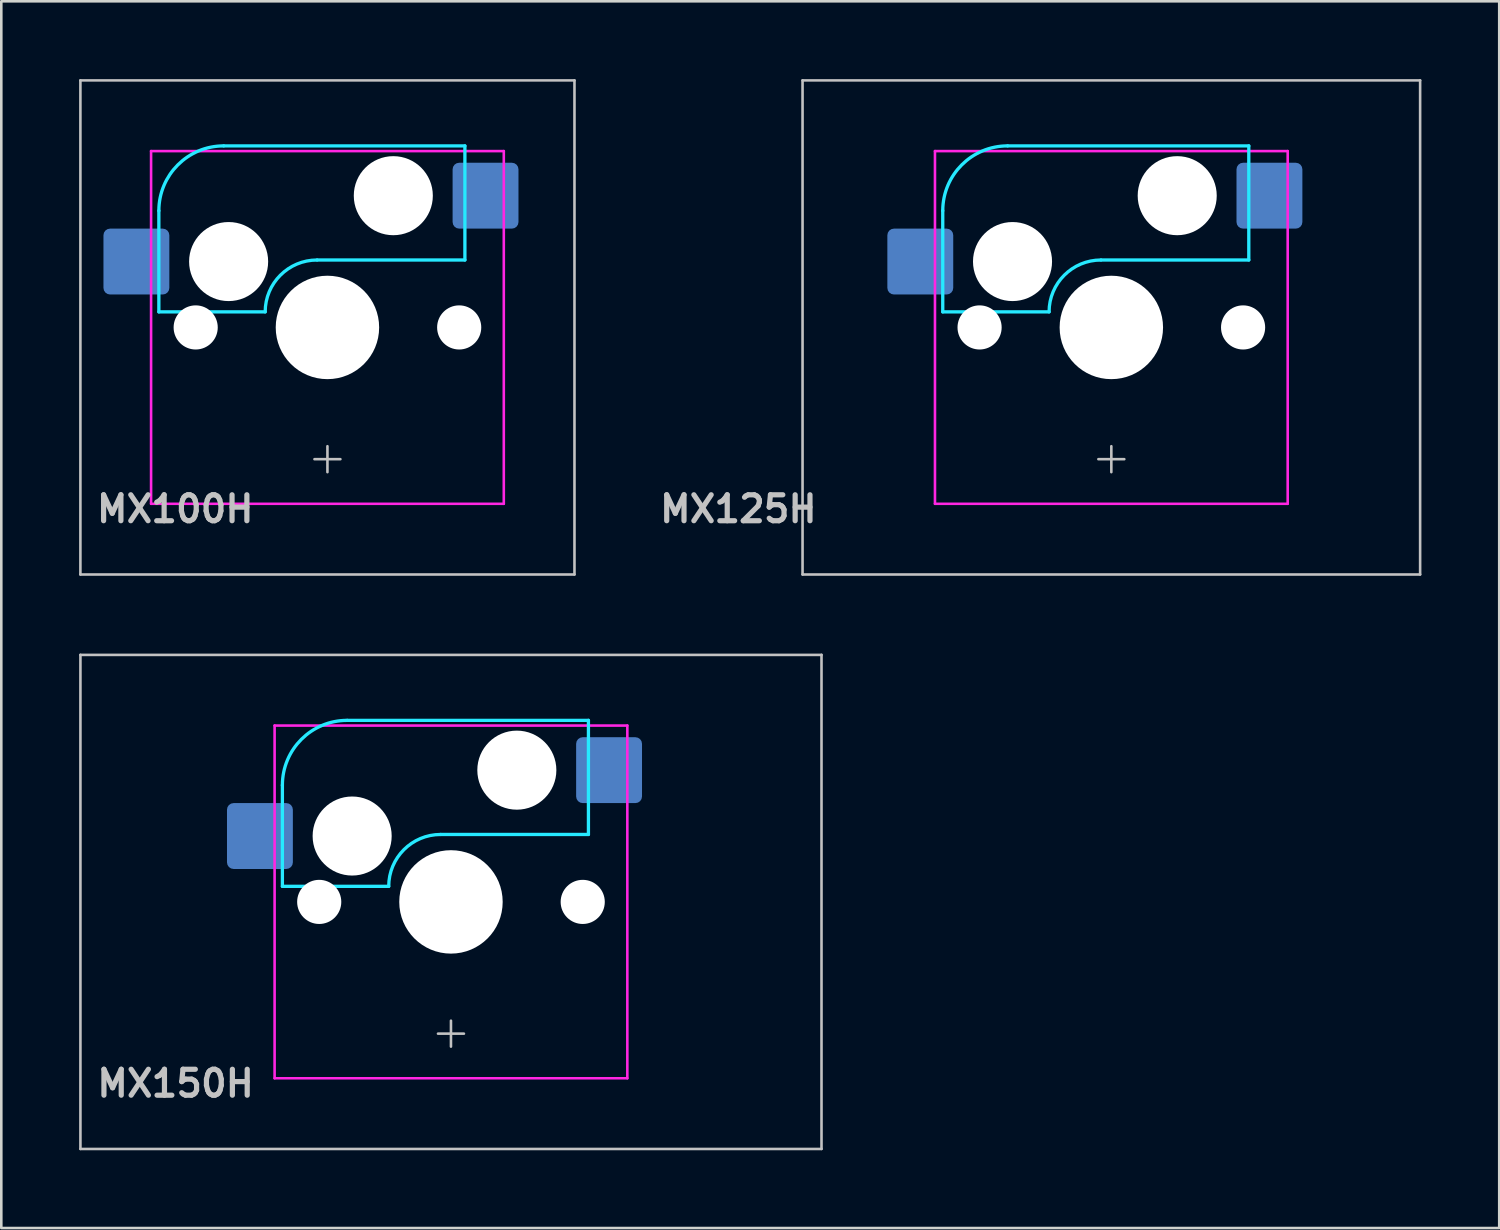
<source format=kicad_pcb>
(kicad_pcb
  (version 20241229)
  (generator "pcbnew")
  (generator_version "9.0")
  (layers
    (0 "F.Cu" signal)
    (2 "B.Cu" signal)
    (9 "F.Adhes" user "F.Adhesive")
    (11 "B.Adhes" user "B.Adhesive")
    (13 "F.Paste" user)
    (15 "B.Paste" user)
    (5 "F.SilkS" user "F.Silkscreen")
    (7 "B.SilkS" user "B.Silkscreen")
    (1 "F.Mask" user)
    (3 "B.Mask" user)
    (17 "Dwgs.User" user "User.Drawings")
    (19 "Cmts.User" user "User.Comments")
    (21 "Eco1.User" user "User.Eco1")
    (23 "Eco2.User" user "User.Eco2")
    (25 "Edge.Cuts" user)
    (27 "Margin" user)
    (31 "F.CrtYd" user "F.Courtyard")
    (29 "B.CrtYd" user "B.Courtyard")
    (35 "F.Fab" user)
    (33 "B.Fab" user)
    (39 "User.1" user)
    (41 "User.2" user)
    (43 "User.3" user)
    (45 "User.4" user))
  (footprint "MX125H"
    (layer "F.Cu")
    (at 39.8 9.575)
    (property "Reference" "MX125H" (at -11.25 7 180) (layer "Dwgs.User") (effects (font (size 1 1) (thickness 0.2)) (justify right)))
    (attr smd)
    (fp_line (start -11.906 9.525) (end -11.906 -9.525) (stroke (width 0.1) (type solid)) (layer "Dwgs.User"))
    (fp_line (start 0 4.58) (end 0 5.58) (stroke (width 0.1) (type solid)) (layer "Dwgs.User"))
    (fp_line (start 0.5 5.08) (end -0.5 5.08) (stroke (width 0.1) (type solid)) (layer "Dwgs.User"))
    (fp_line (start 11.906 -9.525) (end -11.906 -9.525) (stroke (width 0.1) (type solid)) (layer "Dwgs.User"))
    (fp_line (start 11.906 -9.525) (end 11.906 9.525) (stroke (width 0.1) (type solid)) (layer "Dwgs.User"))
    (fp_line (start 11.906 9.525) (end -11.906 9.525) (stroke (width 0.1) (type solid)) (layer "Dwgs.User"))
    (fp_line (start -7 6.5) (end -7 -6.5) (stroke (width 0.1) (type solid)) (layer "Eco1.User"))
    (fp_line (start -6.5 -7) (end 6.5 -7) (stroke (width 0.1) (type solid)) (layer "Eco1.User"))
    (fp_line (start 6.5 7) (end -6.5 7) (stroke (width 0.1) (type solid)) (layer "Eco1.User"))
    (fp_line (start 7 -6.5) (end 7 6.5) (stroke (width 0.1) (type solid)) (layer "Eco1.User"))
    (fp_arc (start -7 -6.5) (mid -6.853553 -6.853553) (end -6.5 -7) (stroke (width 0.1) (type solid)) (layer "Eco1.User"))
    (fp_arc (start -6.5 7) (mid -6.853553 6.853553) (end -7 6.5) (stroke (width 0.1) (type solid)) (layer "Eco1.User"))
    (fp_arc (start 6.5 -7) (mid 6.853553 -6.853553) (end 7 -6.5) (stroke (width 0.1) (type solid)) (layer "Eco1.User"))
    (fp_arc (start 7 6.5) (mid 6.853553 6.853553) (end 6.5 7) (stroke (width 0.1) (type solid)) (layer "Eco1.User"))
    (fp_line (start -6.5 -4.5) (end -6.5 -0.6) (stroke (width 0.127) (type solid)) (layer "B.CrtYd"))
    (fp_line (start -6.5 -0.6) (end -2.4 -0.6) (stroke (width 0.127) (type solid)) (layer "B.CrtYd"))
    (fp_line (start -0.4 -2.6) (end 5.3 -2.6) (stroke (width 0.127) (type solid)) (layer "B.CrtYd"))
    (fp_line (start 5.3 -7) (end -4 -7) (stroke (width 0.127) (type solid)) (layer "B.CrtYd"))
    (fp_line (start 5.3 -7) (end 5.3 -2.6) (stroke (width 0.127) (type solid)) (layer "B.CrtYd"))
    (fp_arc (start -6.5 -4.5) (mid -5.767767 -6.267767) (end -4 -7) (stroke (width 0.127) (type solid)) (layer "B.CrtYd"))
    (fp_arc (start -2.4 -0.6) (mid -1.814214 -2.014214) (end -0.4 -2.6) (stroke (width 0.127) (type solid)) (layer "B.CrtYd"))
    (fp_line (start -6.8 -6.8) (end -6.8 6.8) (stroke (width 0.1) (type solid)) (layer "F.CrtYd"))
    (fp_line (start 6.8 -6.8) (end -6.8 -6.8) (stroke (width 0.1) (type solid)) (layer "F.CrtYd"))
    (fp_line (start 6.8 -6.8) (end 6.8 6.8) (stroke (width 0.1) (type solid)) (layer "F.CrtYd"))
    (fp_line (start 6.8 6.8) (end -6.8 6.8) (stroke (width 0.1) (type solid)) (layer "F.CrtYd"))
    (pad "" np_thru_hole circle (at -5.08 0) (size 1.702 1.702) (drill 1.702) (layers "*.Cu" "*.Mask"))
    (pad "" np_thru_hole circle (at -3.81 -2.54 270) (size 3.048 3.048) (drill 3.048) (layers "*.Cu" "*.Mask"))
    (pad "" np_thru_hole circle (at 0 0) (size 3.988 3.988) (drill 3.988) (layers "*.Cu" "*.Mask"))
    (pad "" np_thru_hole circle (at 2.54 -5.08) (size 3.048 3.048) (drill 3.048) (layers "*.Cu" "*.Mask"))
    (pad "" np_thru_hole circle (at 5.08 0) (size 1.702 1.702) (drill 1.702) (layers "*.Cu" "*.Mask"))
    (pad "1" smd roundrect (at 6.096 -5.08) (size 2.54 2.54) (layers "B.Cu" "B.Mask") (roundrect_rratio 0.1))
    (pad "2" smd roundrect (at -7.366 -2.54) (size 2.54 2.54) (layers "B.Cu" "B.Mask") (roundrect_rratio 0.1)))
  (footprint "MX100H"
    (layer "F.Cu")
    (at 9.575 9.575)
    (property "Reference" "MX100H" (at -9 7 180) (layer "Dwgs.User") (effects (font (size 1 1) (thickness 0.2)) (justify left)))
    (attr smd)
    (fp_line (start -9.525 -9.525) (end -9.525 9.525) (stroke (width 0.1) (type solid)) (layer "Dwgs.User"))
    (fp_line (start -9.525 9.525) (end 9.525 9.525) (stroke (width 0.1) (type solid)) (layer "Dwgs.User"))
    (fp_line (start 0 4.58) (end 0 5.58) (stroke (width 0.1) (type solid)) (layer "Dwgs.User"))
    (fp_line (start 0.5 5.08) (end -0.5 5.08) (stroke (width 0.1) (type solid)) (layer "Dwgs.User"))
    (fp_line (start 9.525 -9.525) (end -9.525 -9.525) (stroke (width 0.1) (type solid)) (layer "Dwgs.User"))
    (fp_line (start 9.525 9.525) (end 9.525 -9.525) (stroke (width 0.1) (type solid)) (layer "Dwgs.User"))
    (fp_line (start -7 6.5) (end -7 -6.5) (stroke (width 0.1) (type solid)) (layer "Eco1.User"))
    (fp_line (start -6.5 -7) (end 6.5 -7) (stroke (width 0.1) (type solid)) (layer "Eco1.User"))
    (fp_line (start 6.5 7) (end -6.5 7) (stroke (width 0.1) (type solid)) (layer "Eco1.User"))
    (fp_line (start 7 -6.5) (end 7 6.5) (stroke (width 0.1) (type solid)) (layer "Eco1.User"))
    (fp_arc (start -7 -6.5) (mid -6.853553 -6.853553) (end -6.5 -7) (stroke (width 0.1) (type solid)) (layer "Eco1.User"))
    (fp_arc (start -6.5 7) (mid -6.853553 6.853553) (end -7 6.5) (stroke (width 0.1) (type solid)) (layer "Eco1.User"))
    (fp_arc (start 6.5 -7) (mid 6.853553 -6.853553) (end 7 -6.5) (stroke (width 0.1) (type solid)) (layer "Eco1.User"))
    (fp_arc (start 7 6.5) (mid 6.853553 6.853553) (end 6.5 7) (stroke (width 0.1) (type solid)) (layer "Eco1.User"))
    (fp_line (start -6.5 -4.5) (end -6.5 -0.6) (stroke (width 0.127) (type solid)) (layer "B.CrtYd"))
    (fp_line (start -6.5 -0.6) (end -2.4 -0.6) (stroke (width 0.127) (type solid)) (layer "B.CrtYd"))
    (fp_line (start -0.4 -2.6) (end 5.3 -2.6) (stroke (width 0.127) (type solid)) (layer "B.CrtYd"))
    (fp_line (start 5.3 -7) (end -4 -7) (stroke (width 0.127) (type solid)) (layer "B.CrtYd"))
    (fp_line (start 5.3 -7) (end 5.3 -2.6) (stroke (width 0.127) (type solid)) (layer "B.CrtYd"))
    (fp_arc (start -6.5 -4.5) (mid -5.767767 -6.267767) (end -4 -7) (stroke (width 0.127) (type solid)) (layer "B.CrtYd"))
    (fp_arc (start -2.4 -0.6) (mid -1.814214 -2.014214) (end -0.4 -2.6) (stroke (width 0.127) (type solid)) (layer "B.CrtYd"))
    (fp_line (start -6.8 -6.8) (end -6.8 6.8) (stroke (width 0.1) (type solid)) (layer "F.CrtYd"))
    (fp_line (start 6.8 -6.8) (end -6.8 -6.8) (stroke (width 0.1) (type solid)) (layer "F.CrtYd"))
    (fp_line (start 6.8 -6.8) (end 6.8 6.8) (stroke (width 0.1) (type solid)) (layer "F.CrtYd"))
    (fp_line (start 6.8 6.8) (end -6.8 6.8) (stroke (width 0.1) (type solid)) (layer "F.CrtYd"))
    (pad "" np_thru_hole circle (at -5.08 0) (size 1.702 1.702) (drill 1.702) (layers "*.Cu" "*.Mask"))
    (pad "" np_thru_hole circle (at -3.81 -2.54 270) (size 3.048 3.048) (drill 3.048) (layers "*.Cu" "*.Mask"))
    (pad "" np_thru_hole circle (at 0 0) (size 3.988 3.988) (drill 3.988) (layers "*.Cu" "*.Mask"))
    (pad "" np_thru_hole circle (at 2.54 -5.08) (size 3.048 3.048) (drill 3.048) (layers "*.Cu" "*.Mask"))
    (pad "" np_thru_hole circle (at 5.08 0) (size 1.702 1.702) (drill 1.702) (layers "*.Cu" "*.Mask"))
    (pad "1" smd roundrect (at 6.096 -5.08) (size 2.54 2.54) (layers "B.Cu" "B.Mask") (roundrect_rratio 0.1))
    (pad "2" smd roundrect (at -7.366 -2.54) (size 2.54 2.54) (layers "B.Cu" "B.Mask") (roundrect_rratio 0.1)))
  (footprint "MX150H"
    (layer "F.Cu")
    (at 14.338 31.725)
    (property "Reference" "MX150H" (at -13.75 7 180) (layer "Dwgs.User") (effects (font (size 1 1) (thickness 0.2)) (justify left)))
    (attr smd)
    (fp_line (start -14.287 9.525) (end -14.287 -9.525) (stroke (width 0.1) (type solid)) (layer "Dwgs.User"))
    (fp_line (start 0 4.58) (end 0 5.58) (stroke (width 0.1) (type solid)) (layer "Dwgs.User"))
    (fp_line (start 0.5 5.08) (end -0.5 5.08) (stroke (width 0.1) (type solid)) (layer "Dwgs.User"))
    (fp_line (start 14.287 -9.525) (end -14.287 -9.525) (stroke (width 0.1) (type solid)) (layer "Dwgs.User"))
    (fp_line (start 14.287 -9.525) (end 14.287 9.525) (stroke (width 0.1) (type solid)) (layer "Dwgs.User"))
    (fp_line (start 14.287 9.525) (end -14.287 9.525) (stroke (width 0.1) (type solid)) (layer "Dwgs.User"))
    (fp_line (start -7 6.5) (end -7 -6.5) (stroke (width 0.1) (type solid)) (layer "Eco1.User"))
    (fp_line (start -6.5 -7) (end 6.5 -7) (stroke (width 0.1) (type solid)) (layer "Eco1.User"))
    (fp_line (start 6.5 7) (end -6.5 7) (stroke (width 0.1) (type solid)) (layer "Eco1.User"))
    (fp_line (start 7 -6.5) (end 7 6.5) (stroke (width 0.1) (type solid)) (layer "Eco1.User"))
    (fp_arc (start -7 -6.5) (mid -6.853553 -6.853553) (end -6.5 -7) (stroke (width 0.1) (type solid)) (layer "Eco1.User"))
    (fp_arc (start -6.5 7) (mid -6.853553 6.853553) (end -7 6.5) (stroke (width 0.1) (type solid)) (layer "Eco1.User"))
    (fp_arc (start 6.5 -7) (mid 6.853553 -6.853553) (end 7 -6.5) (stroke (width 0.1) (type solid)) (layer "Eco1.User"))
    (fp_arc (start 7 6.5) (mid 6.853553 6.853553) (end 6.5 7) (stroke (width 0.1) (type solid)) (layer "Eco1.User"))
    (fp_line (start -6.5 -4.5) (end -6.5 -0.6) (stroke (width 0.127) (type solid)) (layer "B.CrtYd"))
    (fp_line (start -6.5 -0.6) (end -2.4 -0.6) (stroke (width 0.127) (type solid)) (layer "B.CrtYd"))
    (fp_line (start -0.4 -2.6) (end 5.3 -2.6) (stroke (width 0.127) (type solid)) (layer "B.CrtYd"))
    (fp_line (start 5.3 -7) (end -4 -7) (stroke (width 0.127) (type solid)) (layer "B.CrtYd"))
    (fp_line (start 5.3 -7) (end 5.3 -2.6) (stroke (width 0.127) (type solid)) (layer "B.CrtYd"))
    (fp_arc (start -6.5 -4.5) (mid -5.767767 -6.267767) (end -4 -7) (stroke (width 0.127) (type solid)) (layer "B.CrtYd"))
    (fp_arc (start -2.4 -0.6) (mid -1.814214 -2.014214) (end -0.4 -2.6) (stroke (width 0.127) (type solid)) (layer "B.CrtYd"))
    (fp_line (start -6.8 -6.8) (end -6.8 6.8) (stroke (width 0.1) (type solid)) (layer "F.CrtYd"))
    (fp_line (start 6.8 -6.8) (end -6.8 -6.8) (stroke (width 0.1) (type solid)) (layer "F.CrtYd"))
    (fp_line (start 6.8 -6.8) (end 6.8 6.8) (stroke (width 0.1) (type solid)) (layer "F.CrtYd"))
    (fp_line (start 6.8 6.8) (end -6.8 6.8) (stroke (width 0.1) (type solid)) (layer "F.CrtYd"))
    (pad "" np_thru_hole circle (at -5.08 0) (size 1.702 1.702) (drill 1.702) (layers "*.Cu" "*.Mask"))
    (pad "" np_thru_hole circle (at -3.81 -2.54 270) (size 3.048 3.048) (drill 3.048) (layers "*.Cu" "*.Mask"))
    (pad "" np_thru_hole circle (at 0 0) (size 3.988 3.988) (drill 3.988) (layers "*.Cu" "*.Mask"))
    (pad "" np_thru_hole circle (at 2.54 -5.08) (size 3.048 3.048) (drill 3.048) (layers "*.Cu" "*.Mask"))
    (pad "" np_thru_hole circle (at 5.08 0) (size 1.702 1.702) (drill 1.702) (layers "*.Cu" "*.Mask"))
    (pad "1" smd roundrect (at 6.096 -5.08) (size 2.54 2.54) (layers "B.Cu" "B.Mask") (roundrect_rratio 0.1))
    (pad "2" smd roundrect (at -7.366 -2.54) (size 2.54 2.54) (layers "B.Cu" "B.Mask") (roundrect_rratio 0.1)))
  (gr_rect
    (start -3 -3)
    (end 54.756 44.3)
    (stroke (width 0.1) (type default))
    (fill no)
    (layer "Edge.Cuts")))
</source>
